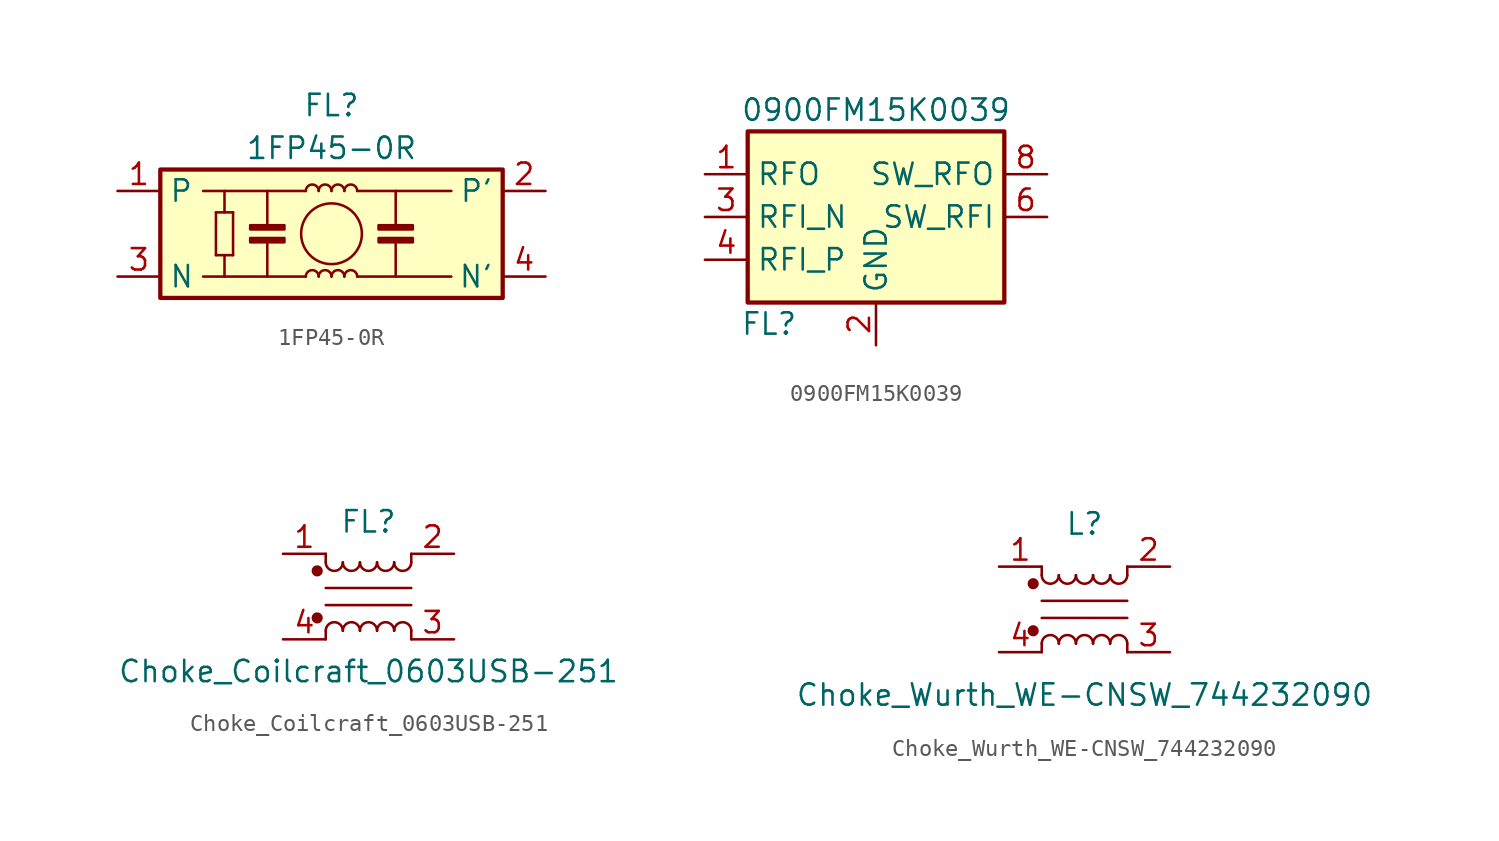
<source format=kicad_sym>
(kicad_symbol_lib
  (version 20231120)
  (generator "kicad_symbol_editor")
  (generator_version "8.0")
  (symbol "1FP45-0R"
    (property "Reference" "FL"
      (at 0 7.62 0)
      (effects (font (size 1.27 1.27))))
    (property "Value" "1FP45-0R"
      (at 0 5.08 0)
      (effects (font (size 1.27 1.27))))
    (symbol "1FP45-0R_1_1"
      (rectangle (start -10.16 3.81) (end 10.16 -3.81) (stroke (width 0.254) (type default)) (fill (type background)))
      (rectangle (start -4.826 -0.254) (end -2.794 -0.508) (stroke (width 0) (type default)) (fill (type outline)))
      (rectangle (start -4.826 0.254) (end -2.794 0.508) (stroke (width 0) (type default)) (fill (type outline)))
      (arc (start -0.762 -2.54) (mid -1.143 -2.1606) (end -1.524 -2.54) (stroke (width 0) (type default)) (fill (type none)))
      (arc (start -0.762 2.54) (mid -1.143 2.9194) (end -1.524 2.54) (stroke (width 0) (type default)) (fill (type none)))
      (arc (start 0 -2.54) (mid -0.381 -2.1606) (end -0.762 -2.54) (stroke (width 0) (type default)) (fill (type none)))
      (polyline (pts (xy -6.858 -1.27) (xy -6.858 1.27)) (stroke (width 0) (type default)) (fill (type none)))
      (polyline (pts (xy -6.858 -1.27) (xy -5.842 -1.27)) (stroke (width 0) (type default)) (fill (type none)))
      (polyline (pts (xy -6.858 1.27) (xy -5.842 1.27)) (stroke (width 0) (type default)) (fill (type none)))
      (polyline (pts (xy -6.35 -1.27) (xy -6.35 -2.54)) (stroke (width 0) (type default)) (fill (type none)))
      (polyline (pts (xy -6.35 1.27) (xy -6.35 2.54)) (stroke (width 0) (type default)) (fill (type none)))
      (polyline (pts (xy -5.842 -1.27) (xy -5.842 1.27)) (stroke (width 0) (type default)) (fill (type none)))
      (polyline (pts (xy -3.81 -0.508) (xy -3.81 -2.54)) (stroke (width 0) (type default)) (fill (type none)))
      (polyline (pts (xy -3.81 0.508) (xy -3.81 2.54)) (stroke (width 0) (type default)) (fill (type none)))
      (polyline (pts (xy -1.524 -2.54) (xy -7.62 -2.54)) (stroke (width 0) (type default)) (fill (type none)))
      (polyline (pts (xy -1.524 2.54) (xy -7.62 2.54)) (stroke (width 0) (type default)) (fill (type none)))
      (polyline (pts (xy 1.524 -2.54) (xy 7.112 -2.54)) (stroke (width 0) (type default)) (fill (type none)))
      (polyline (pts (xy 3.81 -0.508) (xy 3.81 -2.54)) (stroke (width 0) (type default)) (fill (type none)))
      (polyline (pts (xy 3.81 0.508) (xy 3.81 2.54)) (stroke (width 0) (type default)) (fill (type none)))
      (polyline (pts (xy 7.112 2.54) (xy 1.524 2.54)) (stroke (width 0) (type default)) (fill (type none)))
      (circle (center 0 0) (radius 1.803) (stroke (width 0) (type default)) (fill (type none)))
      (arc (start 0 2.54) (mid -0.381 2.9194) (end -0.762 2.54) (stroke (width 0) (type default)) (fill (type none)))
      (arc (start 0.762 -2.54) (mid 0.381 -2.1606) (end 0 -2.54) (stroke (width 0) (type default)) (fill (type none)))
      (arc (start 0.762 2.54) (mid 0.381 2.9194) (end 0 2.54) (stroke (width 0) (type default)) (fill (type none)))
      (arc (start 1.524 -2.54) (mid 1.143 -2.1606) (end 0.762 -2.54) (stroke (width 0) (type default)) (fill (type none)))
      (arc (start 1.524 2.54) (mid 1.143 2.9194) (end 0.762 2.54) (stroke (width 0) (type default)) (fill (type none)))
      (rectangle (start 2.794 -0.254) (end 4.826 -0.508) (stroke (width 0) (type default)) (fill (type outline)))
      (rectangle (start 2.794 0.254) (end 4.826 0.508) (stroke (width 0) (type default)) (fill (type outline)))
      (pin passive line (at -12.7 2.54 0) (length 2.54) (name "P" (effects (font (size 1.27 1.27)))) (number "1" (effects (font (size 1.27 1.27)))))
      (pin passive line (at 12.7 2.54 180) (length 2.54) (name "P'" (effects (font (size 1.27 1.27)))) (number "2" (effects (font (size 1.27 1.27)))))
      (pin passive line (at -12.7 -2.54 0) (length 2.54) (name "N" (effects (font (size 1.27 1.27)))) (number "3" (effects (font (size 1.27 1.27)))))
      (pin passive line (at 12.7 -2.54 180) (length 2.54) (name "N'" (effects (font (size 1.27 1.27)))) (number "4" (effects (font (size 1.27 1.27)))))))
  (symbol "0900FM15K0039"
    (property "Reference" "FL"
      (at -6.35 -6.35 0)
      (effects (font (size 1.27 1.27))))
    (property "Value" "0900FM15K0039"
      (at 0 6.35 0)
      (effects (font (size 1.27 1.27))))
    (symbol "0900FM15K0039_0_0"
      (pin passive line (at -10.16 2.54 0) (length 2.54) (name "RFO" (effects (font (size 1.27 1.27)))) (number "1" (effects (font (size 1.27 1.27)))))
      (pin passive line (at 0 -7.62 90) (length 2.54) hide (name "GND" (effects (font (size 1.27 1.27)))) (number "10" (effects (font (size 1.27 1.27)))))
      (pin power_in line (at 0 -7.62 90) (length 2.54) (name "GND" (effects (font (size 1.27 1.27)))) (number "2" (effects (font (size 1.27 1.27)))))
      (pin passive line (at -10.16 0 0) (length 2.54) (name "RFI_N" (effects (font (size 1.27 1.27)))) (number "3" (effects (font (size 1.27 1.27)))))
      (pin passive line (at -10.16 -2.54 0) (length 2.54) (name "RFI_P" (effects (font (size 1.27 1.27)))) (number "4" (effects (font (size 1.27 1.27)))))
      (pin passive line (at 0 -7.62 90) (length 2.54) hide (name "GND" (effects (font (size 1.27 1.27)))) (number "5" (effects (font (size 1.27 1.27)))))
      (pin passive line (at 10.16 0 180) (length 2.54) (name "SW_RFI" (effects (font (size 1.27 1.27)))) (number "6" (effects (font (size 1.27 1.27)))))
      (pin passive line (at 0 -7.62 90) (length 2.54) hide (name "GND" (effects (font (size 1.27 1.27)))) (number "7" (effects (font (size 1.27 1.27)))))
      (pin passive line (at 10.16 2.54 180) (length 2.54) (name "SW_RFO" (effects (font (size 1.27 1.27)))) (number "8" (effects (font (size 1.27 1.27)))))
      (pin passive line (at 0 -7.62 90) (length 2.54) hide (name "GND" (effects (font (size 1.27 1.27)))) (number "9" (effects (font (size 1.27 1.27))))))
    (symbol "0900FM15K0039_0_1"
      (rectangle (start -7.62 5.08) (end 7.62 -5.08) (stroke (width 0.254) (type default)) (fill (type background)))))
  (symbol "Choke_Coilcraft_0603USB-251"
    (pin_names
      (offset 0.254) hide)
    (property "Reference" "FL"
      (at 0 4.445 0)
      (effects (font (size 1.27 1.27))))
    (property "Value" "Choke_Coilcraft_0603USB-251"
      (at 0 -4.445 0)
      (effects (font (size 1.27 1.27))))
    (symbol "Choke_Coilcraft_0603USB-251_0_1"
      (circle (center -3.048 -1.27) (radius 0.254) (stroke (width 0) (type default)) (fill (type outline)))
      (circle (center -3.048 1.524) (radius 0.254) (stroke (width 0) (type default)) (fill (type outline)))
      (arc (start -2.54 2.032) (mid -2.032 1.5262) (end -1.524 2.032) (stroke (width 0) (type default)) (fill (type none)))
      (arc (start -1.524 -2.032) (mid -2.032 -1.5262) (end -2.54 -2.032) (stroke (width 0) (type default)) (fill (type none)))
      (arc (start -1.524 2.032) (mid -1.016 1.5262) (end -0.508 2.032) (stroke (width 0) (type default)) (fill (type none)))
      (arc (start -0.508 -2.032) (mid -1.016 -1.5262) (end -1.524 -2.032) (stroke (width 0) (type default)) (fill (type none)))
      (arc (start -0.508 2.032) (mid 0 1.5262) (end 0.508 2.032) (stroke (width 0) (type default)) (fill (type none)))
      (polyline (pts (xy -2.54 -2.032) (xy -2.54 -2.54)) (stroke (width 0) (type default)) (fill (type none)))
      (polyline (pts (xy -2.54 0.508) (xy 2.54 0.508)) (stroke (width 0) (type default)) (fill (type none)))
      (polyline (pts (xy -2.54 2.032) (xy -2.54 2.54)) (stroke (width 0) (type default)) (fill (type none)))
      (polyline (pts (xy 2.54 -2.032) (xy 2.54 -2.54)) (stroke (width 0) (type default)) (fill (type none)))
      (polyline (pts (xy 2.54 -0.508) (xy -2.54 -0.508)) (stroke (width 0) (type default)) (fill (type none)))
      (polyline (pts (xy 2.54 2.54) (xy 2.54 2.032)) (stroke (width 0) (type default)) (fill (type none)))
      (arc (start 0.508 -2.032) (mid 0 -1.5262) (end -0.508 -2.032) (stroke (width 0) (type default)) (fill (type none)))
      (arc (start 0.508 2.032) (mid 1.016 1.5262) (end 1.524 2.032) (stroke (width 0) (type default)) (fill (type none)))
      (arc (start 1.524 -2.032) (mid 1.016 -1.5262) (end 0.508 -2.032) (stroke (width 0) (type default)) (fill (type none)))
      (arc (start 1.524 2.032) (mid 2.032 1.5262) (end 2.54 2.032) (stroke (width 0) (type default)) (fill (type none)))
      (arc (start 2.54 -2.032) (mid 2.032 -1.5262) (end 1.524 -2.032) (stroke (width 0) (type default)) (fill (type none))))
    (symbol "Choke_Coilcraft_0603USB-251_1_1"
      (pin passive line (at -5.08 2.54 0) (length 2.54) (name "1" (effects (font (size 1.27 1.27)))) (number "1" (effects (font (size 1.27 1.27)))))
      (pin passive line (at 5.08 2.54 180) (length 2.54) (name "2" (effects (font (size 1.27 1.27)))) (number "2" (effects (font (size 1.27 1.27)))))
      (pin passive line (at 5.08 -2.54 180) (length 2.54) (name "3" (effects (font (size 1.27 1.27)))) (number "3" (effects (font (size 1.27 1.27)))))
      (pin passive line (at -5.08 -2.54 0) (length 2.54) (name "4" (effects (font (size 1.27 1.27)))) (number "4" (effects (font (size 1.27 1.27)))))))
  (symbol "Choke_Wurth_WE-CNSW_744232090"
    (property "Reference" "L"
      (at 0 5.08 0)
      (effects (font (size 1.27 1.27))))
    (property "Value" "Choke_Wurth_WE-CNSW_744232090"
      (at 0 -5.08 0)
      (effects (font (size 1.27 1.27))))
    (symbol "Choke_Wurth_WE-CNSW_744232090_1_1"
      (circle (center -3.048 -1.27) (radius 0.254) (stroke (width 0) (type default)) (fill (type outline)))
      (circle (center -3.048 1.524) (radius 0.254) (stroke (width 0) (type default)) (fill (type outline)))
      (arc (start -2.54 2.032) (mid -2.032 1.5262) (end -1.524 2.032) (stroke (width 0) (type default)) (fill (type none)))
      (arc (start -1.524 -2.032) (mid -2.032 -1.5262) (end -2.54 -2.032) (stroke (width 0) (type default)) (fill (type none)))
      (arc (start -1.524 2.032) (mid -1.016 1.5262) (end -0.508 2.032) (stroke (width 0) (type default)) (fill (type none)))
      (arc (start -0.508 -2.032) (mid -1.016 -1.5262) (end -1.524 -2.032) (stroke (width 0) (type default)) (fill (type none)))
      (arc (start -0.508 2.032) (mid 0 1.5262) (end 0.508 2.032) (stroke (width 0) (type default)) (fill (type none)))
      (polyline (pts (xy -2.54 -2.032) (xy -2.54 -2.54)) (stroke (width 0) (type default)) (fill (type none)))
      (polyline (pts (xy -2.54 0.508) (xy 2.54 0.508)) (stroke (width 0) (type default)) (fill (type none)))
      (polyline (pts (xy -2.54 2.032) (xy -2.54 2.54)) (stroke (width 0) (type default)) (fill (type none)))
      (polyline (pts (xy 2.54 -2.032) (xy 2.54 -2.54)) (stroke (width 0) (type default)) (fill (type none)))
      (polyline (pts (xy 2.54 -0.508) (xy -2.54 -0.508)) (stroke (width 0) (type default)) (fill (type none)))
      (polyline (pts (xy 2.54 2.54) (xy 2.54 2.032)) (stroke (width 0) (type default)) (fill (type none)))
      (arc (start 0.508 -2.032) (mid 0 -1.5262) (end -0.508 -2.032) (stroke (width 0) (type default)) (fill (type none)))
      (arc (start 0.508 2.032) (mid 1.016 1.5262) (end 1.524 2.032) (stroke (width 0) (type default)) (fill (type none)))
      (arc (start 1.524 -2.032) (mid 1.016 -1.5262) (end 0.508 -2.032) (stroke (width 0) (type default)) (fill (type none)))
      (arc (start 1.524 2.032) (mid 2.032 1.5262) (end 2.54 2.032) (stroke (width 0) (type default)) (fill (type none)))
      (arc (start 2.54 -2.032) (mid 2.032 -1.5262) (end 1.524 -2.032) (stroke (width 0) (type default)) (fill (type none)))
      (pin passive line (at -5.08 2.54 0) (length 2.54) (name "" (effects (font (size 1.27 1.27)))) (number "1" (effects (font (size 1.27 1.27)))))
      (pin passive line (at 5.08 2.54 180) (length 2.54) (name "" (effects (font (size 1.27 1.27)))) (number "2" (effects (font (size 1.27 1.27)))))
      (pin passive line (at 5.08 -2.54 180) (length 2.54) (name "" (effects (font (size 1.27 1.27)))) (number "3" (effects (font (size 1.27 1.27)))))
      (pin passive line (at -5.08 -2.54 0) (length 2.54) (name "" (effects (font (size 1.27 1.27)))) (number "4" (effects (font (size 1.27 1.27))))))))
</source>
